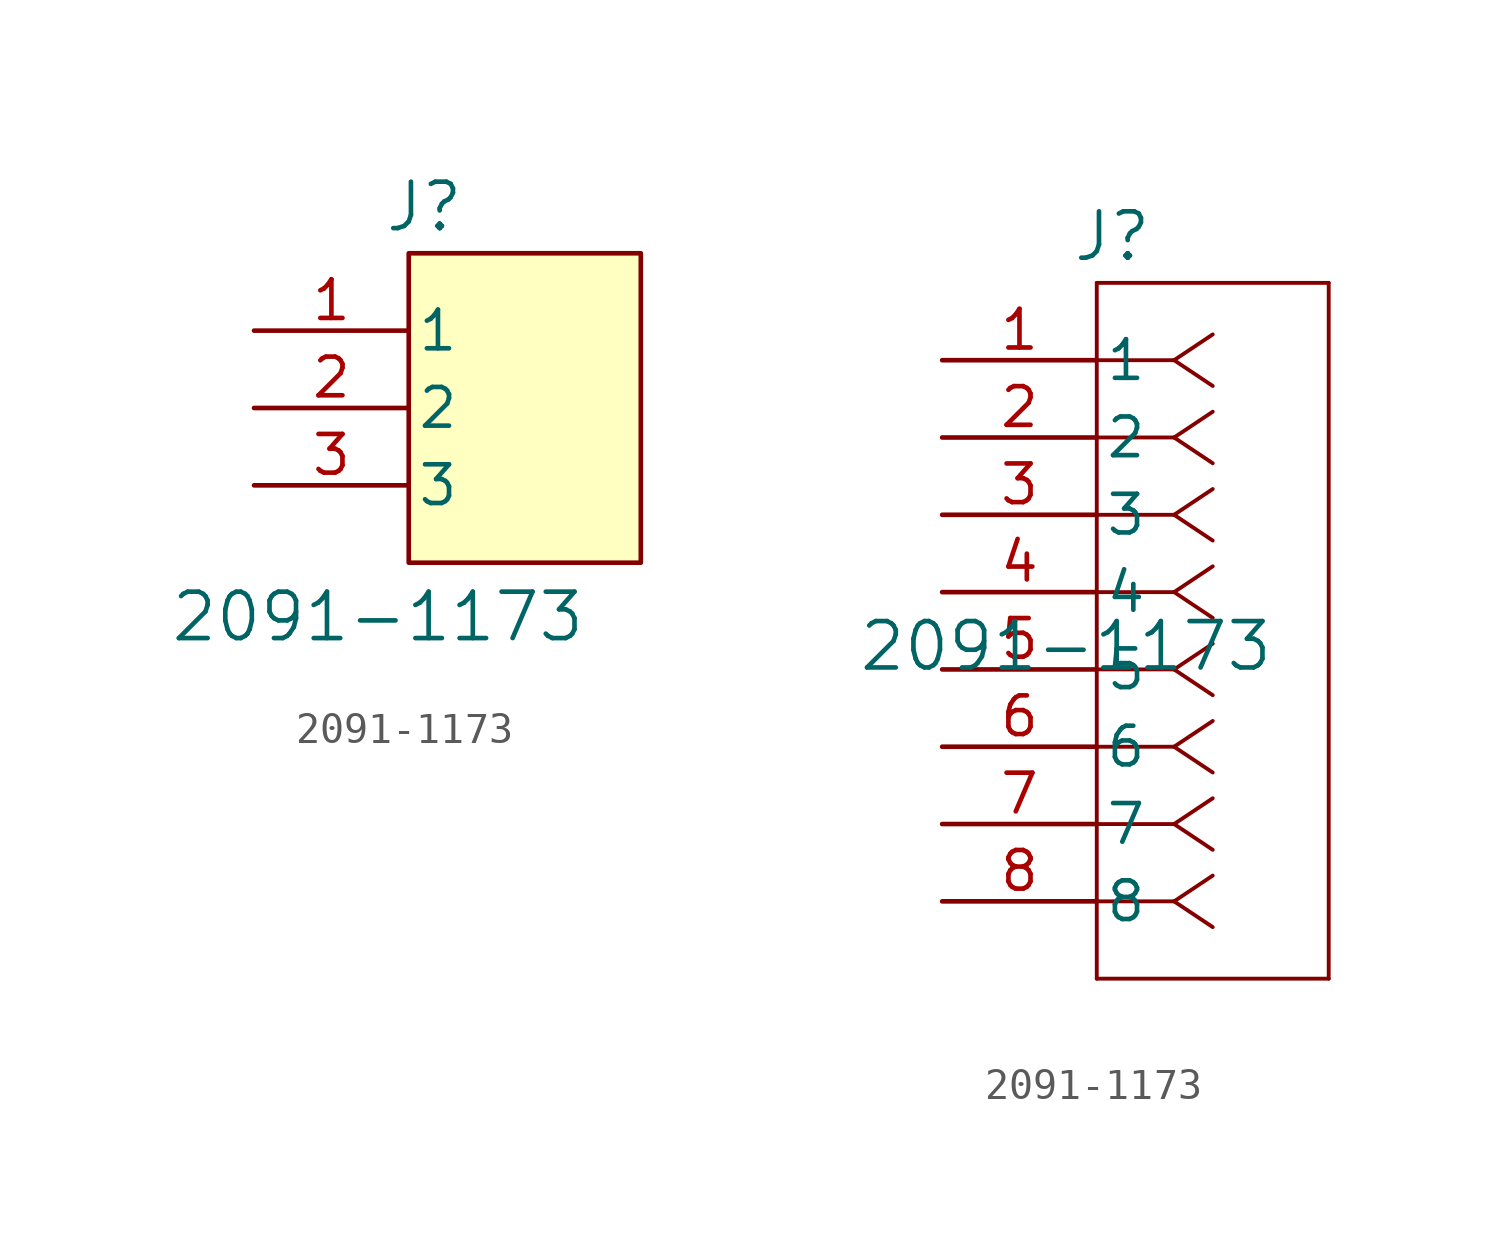
<source format=kicad_sym>
(kicad_symbol_lib
  (version 20231120)
  (generator "kicad_symbol_editor")
  (generator_version "8.0")
  (symbol "2091-1173"
    (pin_names
      (offset 0.254))
    (property "Reference" "J"
      (at 5.588 4.064 0)
      (effects (font (size 1.524 1.524))))
    (property "Value" "2091-1173"
      (at 4.064 -9.398 0)
      (effects (font (size 1.524 1.524))))
    (symbol "2091-1173_1_1"
      (rectangle (start 5.08 2.54) (end 12.7 -7.62) (stroke (width 0) (type default)) (fill (type background)))
      (pin unspecified line (at 0 0 0) (length 5.08) (name "1" (effects (font (size 1.27 1.27)))) (number "1" (effects (font (size 1.27 1.27)))))
      (pin unspecified line (at 0 -2.54 0) (length 5.08) (name "2" (effects (font (size 1.27 1.27)))) (number "2" (effects (font (size 1.27 1.27)))))
      (pin unspecified line (at 0 -5.08 0) (length 5.08) (name "3" (effects (font (size 1.27 1.27)))) (number "3" (effects (font (size 1.27 1.27))))))
    (symbol "2091-1173_1_2"
      (polyline (pts (xy 5.08 -20.32) (xy 12.7 -20.32)) (stroke (width 0.127) (type default)) (fill (type none)))
      (polyline (pts (xy 5.08 2.54) (xy 5.08 -20.32)) (stroke (width 0.127) (type default)) (fill (type none)))
      (polyline (pts (xy 7.62 -17.78) (xy 5.08 -17.78)) (stroke (width 0.127) (type default)) (fill (type none)))
      (polyline (pts (xy 7.62 -17.78) (xy 8.89 -18.627)) (stroke (width 0.127) (type default)) (fill (type none)))
      (polyline (pts (xy 7.62 -17.78) (xy 8.89 -16.933)) (stroke (width 0.127) (type default)) (fill (type none)))
      (polyline (pts (xy 7.62 -15.24) (xy 5.08 -15.24)) (stroke (width 0.127) (type default)) (fill (type none)))
      (polyline (pts (xy 7.62 -15.24) (xy 8.89 -16.087)) (stroke (width 0.127) (type default)) (fill (type none)))
      (polyline (pts (xy 7.62 -15.24) (xy 8.89 -14.393)) (stroke (width 0.127) (type default)) (fill (type none)))
      (polyline (pts (xy 7.62 -12.7) (xy 5.08 -12.7)) (stroke (width 0.127) (type default)) (fill (type none)))
      (polyline (pts (xy 7.62 -12.7) (xy 8.89 -13.547)) (stroke (width 0.127) (type default)) (fill (type none)))
      (polyline (pts (xy 7.62 -12.7) (xy 8.89 -11.853)) (stroke (width 0.127) (type default)) (fill (type none)))
      (polyline (pts (xy 7.62 -10.16) (xy 5.08 -10.16)) (stroke (width 0.127) (type default)) (fill (type none)))
      (polyline (pts (xy 7.62 -10.16) (xy 8.89 -11.007)) (stroke (width 0.127) (type default)) (fill (type none)))
      (polyline (pts (xy 7.62 -10.16) (xy 8.89 -9.313)) (stroke (width 0.127) (type default)) (fill (type none)))
      (polyline (pts (xy 7.62 -7.62) (xy 5.08 -7.62)) (stroke (width 0.127) (type default)) (fill (type none)))
      (polyline (pts (xy 7.62 -7.62) (xy 8.89 -8.467)) (stroke (width 0.127) (type default)) (fill (type none)))
      (polyline (pts (xy 7.62 -7.62) (xy 8.89 -6.773)) (stroke (width 0.127) (type default)) (fill (type none)))
      (polyline (pts (xy 7.62 -5.08) (xy 5.08 -5.08)) (stroke (width 0.127) (type default)) (fill (type none)))
      (polyline (pts (xy 7.62 -5.08) (xy 8.89 -5.927)) (stroke (width 0.127) (type default)) (fill (type none)))
      (polyline (pts (xy 7.62 -5.08) (xy 8.89 -4.233)) (stroke (width 0.127) (type default)) (fill (type none)))
      (polyline (pts (xy 7.62 -2.54) (xy 5.08 -2.54)) (stroke (width 0.127) (type default)) (fill (type none)))
      (polyline (pts (xy 7.62 -2.54) (xy 8.89 -3.387)) (stroke (width 0.127) (type default)) (fill (type none)))
      (polyline (pts (xy 7.62 -2.54) (xy 8.89 -1.693)) (stroke (width 0.127) (type default)) (fill (type none)))
      (polyline (pts (xy 7.62 0) (xy 5.08 0)) (stroke (width 0.127) (type default)) (fill (type none)))
      (polyline (pts (xy 7.62 0) (xy 8.89 -0.847)) (stroke (width 0.127) (type default)) (fill (type none)))
      (polyline (pts (xy 7.62 0) (xy 8.89 0.847)) (stroke (width 0.127) (type default)) (fill (type none)))
      (polyline (pts (xy 12.7 -20.32) (xy 12.7 2.54)) (stroke (width 0.127) (type default)) (fill (type none)))
      (polyline (pts (xy 12.7 2.54) (xy 5.08 2.54)) (stroke (width 0.127) (type default)) (fill (type none)))
      (pin unspecified line (at 0 0 0) (length 5.08) (name "1" (effects (font (size 1.27 1.27)))) (number "1" (effects (font (size 1.27 1.27)))))
      (pin unspecified line (at 0 -2.54 0) (length 5.08) (name "2" (effects (font (size 1.27 1.27)))) (number "2" (effects (font (size 1.27 1.27)))))
      (pin unspecified line (at 0 -5.08 0) (length 5.08) (name "3" (effects (font (size 1.27 1.27)))) (number "3" (effects (font (size 1.27 1.27)))))
      (pin unspecified line (at 0 -7.62 0) (length 5.08) (name "4" (effects (font (size 1.27 1.27)))) (number "4" (effects (font (size 1.27 1.27)))))
      (pin unspecified line (at 0 -10.16 0) (length 5.08) (name "5" (effects (font (size 1.27 1.27)))) (number "5" (effects (font (size 1.27 1.27)))))
      (pin unspecified line (at 0 -12.7 0) (length 5.08) (name "6" (effects (font (size 1.27 1.27)))) (number "6" (effects (font (size 1.27 1.27)))))
      (pin unspecified line (at 0 -15.24 0) (length 5.08) (name "7" (effects (font (size 1.27 1.27)))) (number "7" (effects (font (size 1.27 1.27)))))
      (pin unspecified line (at 0 -17.78 0) (length 5.08) (name "8" (effects (font (size 1.27 1.27)))) (number "8" (effects (font (size 1.27 1.27))))))))
</source>
